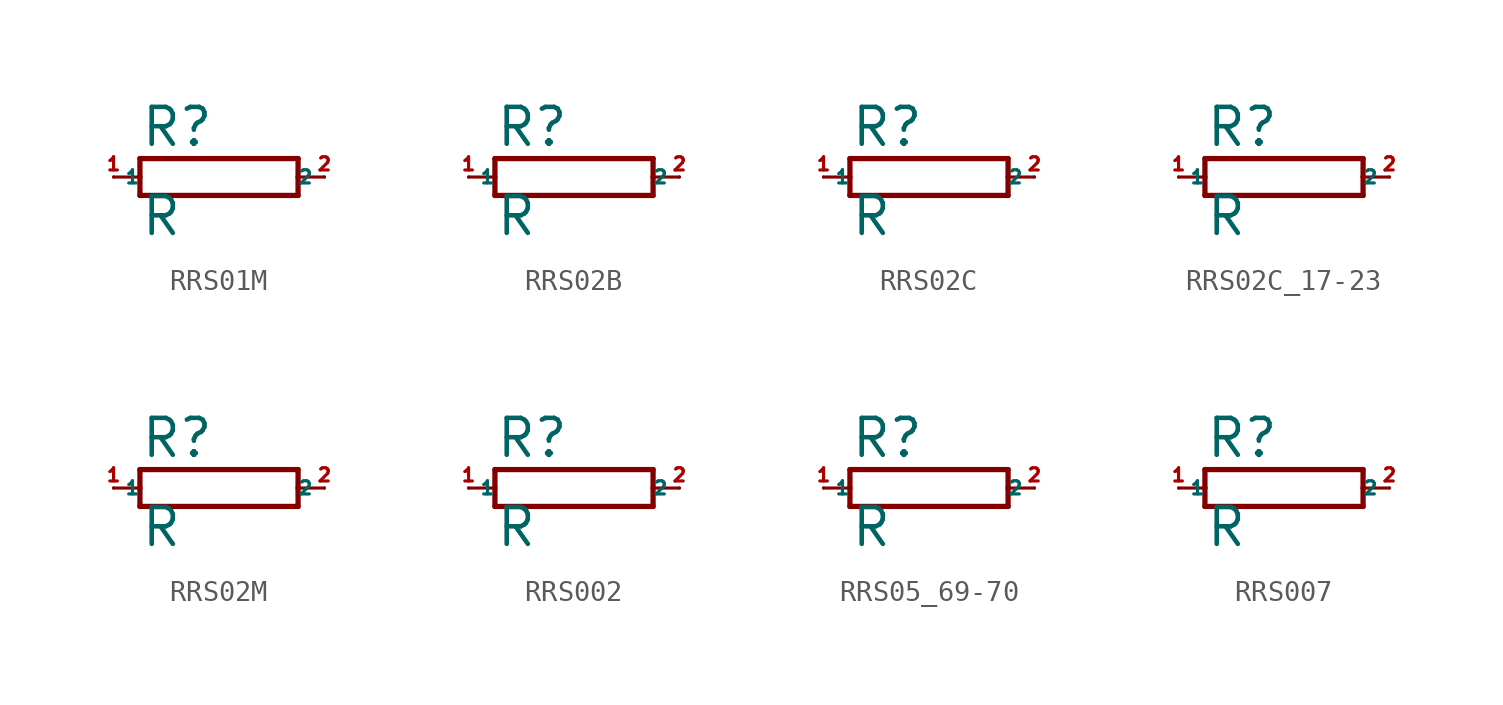
<source format=kicad_sym>
(kicad_symbol_lib
  (version 20220914)
  (generator Eagle2Kicad)
  (symbol "RRS01M"
    (property "Reference" "R"
      (at -3.81 1.372 0)
      (effects (font (size 1.778 1.778) (thickness 0.22)) (justify left bottom)))
    (property "Value" "R"
      (at -3.81 -2.921 0)
      (effects (font (size 1.778 1.778) (thickness 0.22)) (justify left bottom)))
    (polyline
      (pts (xy -3.81 -0.889) (xy 3.81 -0.889))
      (stroke (width 0.254) (type default))
      (fill (type none)))
    (polyline
      (pts (xy 3.81 -0.889) (xy 3.81 0))
      (stroke (width 0.254) (type default))
      (fill (type none)))
    (polyline
      (pts (xy 3.81 0.889) (xy -3.81 0.889))
      (stroke (width 0.254) (type default))
      (fill (type none)))
    (polyline
      (pts (xy -3.81 -0.889) (xy -3.81 0))
      (stroke (width 0.254) (type default))
      (fill (type none)))
    (polyline
      (pts (xy 3.81 0) (xy 5.08 0))
      (stroke (width 0.152) (type default))
      (fill (type none)))
    (polyline
      (pts (xy 3.81 0) (xy 3.81 0.889))
      (stroke (width 0.254) (type default))
      (fill (type none)))
    (polyline
      (pts (xy -5.08 0) (xy -3.81 0))
      (stroke (width 0.152) (type default))
      (fill (type none)))
    (polyline
      (pts (xy -3.81 0) (xy -3.81 0.889))
      (stroke (width 0.254) (type default))
      (fill (type none)))
    (pin passive line
      (at 5.08 0 180)
      (length 0)
      (name "2" (effects (font (size 0.635 0.635) (thickness 0.08)) (justify left bottom)))
      (number "2" (effects (font (size 0.635 0.635) (thickness 0.08)) (justify left bottom))))
    (pin passive line
      (at -5.08 0 0)
      (length 0)
      (name "1" (effects (font (size 0.635 0.635) (thickness 0.08)) (justify left bottom)))
      (number "1" (effects (font (size 0.635 0.635) (thickness 0.08)) (justify left bottom)))))
  (symbol "RRS02B"
    (property "Reference" "R"
      (at -3.81 1.372 0)
      (effects (font (size 1.778 1.778) (thickness 0.22)) (justify left bottom)))
    (property "Value" "R"
      (at -3.81 -2.921 0)
      (effects (font (size 1.778 1.778) (thickness 0.22)) (justify left bottom)))
    (polyline
      (pts (xy -3.81 -0.889) (xy 3.81 -0.889))
      (stroke (width 0.254) (type default))
      (fill (type none)))
    (polyline
      (pts (xy 3.81 -0.889) (xy 3.81 0))
      (stroke (width 0.254) (type default))
      (fill (type none)))
    (polyline
      (pts (xy 3.81 0.889) (xy -3.81 0.889))
      (stroke (width 0.254) (type default))
      (fill (type none)))
    (polyline
      (pts (xy -3.81 -0.889) (xy -3.81 0))
      (stroke (width 0.254) (type default))
      (fill (type none)))
    (polyline
      (pts (xy 3.81 0) (xy 5.08 0))
      (stroke (width 0.152) (type default))
      (fill (type none)))
    (polyline
      (pts (xy 3.81 0) (xy 3.81 0.889))
      (stroke (width 0.254) (type default))
      (fill (type none)))
    (polyline
      (pts (xy -5.08 0) (xy -3.81 0))
      (stroke (width 0.152) (type default))
      (fill (type none)))
    (polyline
      (pts (xy -3.81 0) (xy -3.81 0.889))
      (stroke (width 0.254) (type default))
      (fill (type none)))
    (pin passive line
      (at 5.08 0 180)
      (length 0)
      (name "2" (effects (font (size 0.635 0.635) (thickness 0.08)) (justify left bottom)))
      (number "2" (effects (font (size 0.635 0.635) (thickness 0.08)) (justify left bottom))))
    (pin passive line
      (at -5.08 0 0)
      (length 0)
      (name "1" (effects (font (size 0.635 0.635) (thickness 0.08)) (justify left bottom)))
      (number "1" (effects (font (size 0.635 0.635) (thickness 0.08)) (justify left bottom)))))
  (symbol "RRS02C"
    (property "Reference" "R"
      (at -3.81 1.372 0)
      (effects (font (size 1.778 1.778) (thickness 0.22)) (justify left bottom)))
    (property "Value" "R"
      (at -3.81 -2.921 0)
      (effects (font (size 1.778 1.778) (thickness 0.22)) (justify left bottom)))
    (polyline
      (pts (xy -3.81 -0.889) (xy 3.81 -0.889))
      (stroke (width 0.254) (type default))
      (fill (type none)))
    (polyline
      (pts (xy 3.81 -0.889) (xy 3.81 0))
      (stroke (width 0.254) (type default))
      (fill (type none)))
    (polyline
      (pts (xy 3.81 0.889) (xy -3.81 0.889))
      (stroke (width 0.254) (type default))
      (fill (type none)))
    (polyline
      (pts (xy -3.81 -0.889) (xy -3.81 0))
      (stroke (width 0.254) (type default))
      (fill (type none)))
    (polyline
      (pts (xy 3.81 0) (xy 5.08 0))
      (stroke (width 0.152) (type default))
      (fill (type none)))
    (polyline
      (pts (xy 3.81 0) (xy 3.81 0.889))
      (stroke (width 0.254) (type default))
      (fill (type none)))
    (polyline
      (pts (xy -5.08 0) (xy -3.81 0))
      (stroke (width 0.152) (type default))
      (fill (type none)))
    (polyline
      (pts (xy -3.81 0) (xy -3.81 0.889))
      (stroke (width 0.254) (type default))
      (fill (type none)))
    (pin passive line
      (at 5.08 0 180)
      (length 0)
      (name "2" (effects (font (size 0.635 0.635) (thickness 0.08)) (justify left bottom)))
      (number "2" (effects (font (size 0.635 0.635) (thickness 0.08)) (justify left bottom))))
    (pin passive line
      (at -5.08 0 0)
      (length 0)
      (name "1" (effects (font (size 0.635 0.635) (thickness 0.08)) (justify left bottom)))
      (number "1" (effects (font (size 0.635 0.635) (thickness 0.08)) (justify left bottom)))))
  (symbol "RRS02C_17-23"
    (property "Reference" "R"
      (at -3.81 1.372 0)
      (effects (font (size 1.778 1.778) (thickness 0.22)) (justify left bottom)))
    (property "Value" "R"
      (at -3.81 -2.921 0)
      (effects (font (size 1.778 1.778) (thickness 0.22)) (justify left bottom)))
    (polyline
      (pts (xy -3.81 -0.889) (xy 3.81 -0.889))
      (stroke (width 0.254) (type default))
      (fill (type none)))
    (polyline
      (pts (xy 3.81 -0.889) (xy 3.81 0))
      (stroke (width 0.254) (type default))
      (fill (type none)))
    (polyline
      (pts (xy 3.81 0.889) (xy -3.81 0.889))
      (stroke (width 0.254) (type default))
      (fill (type none)))
    (polyline
      (pts (xy -3.81 -0.889) (xy -3.81 0))
      (stroke (width 0.254) (type default))
      (fill (type none)))
    (polyline
      (pts (xy 3.81 0) (xy 5.08 0))
      (stroke (width 0.152) (type default))
      (fill (type none)))
    (polyline
      (pts (xy 3.81 0) (xy 3.81 0.889))
      (stroke (width 0.254) (type default))
      (fill (type none)))
    (polyline
      (pts (xy -5.08 0) (xy -3.81 0))
      (stroke (width 0.152) (type default))
      (fill (type none)))
    (polyline
      (pts (xy -3.81 0) (xy -3.81 0.889))
      (stroke (width 0.254) (type default))
      (fill (type none)))
    (pin passive line
      (at 5.08 0 180)
      (length 0)
      (name "2" (effects (font (size 0.635 0.635) (thickness 0.08)) (justify left bottom)))
      (number "2" (effects (font (size 0.635 0.635) (thickness 0.08)) (justify left bottom))))
    (pin passive line
      (at -5.08 0 0)
      (length 0)
      (name "1" (effects (font (size 0.635 0.635) (thickness 0.08)) (justify left bottom)))
      (number "1" (effects (font (size 0.635 0.635) (thickness 0.08)) (justify left bottom)))))
  (symbol "RRS02M"
    (property "Reference" "R"
      (at -3.81 1.372 0)
      (effects (font (size 1.778 1.778) (thickness 0.22)) (justify left bottom)))
    (property "Value" "R"
      (at -3.81 -2.921 0)
      (effects (font (size 1.778 1.778) (thickness 0.22)) (justify left bottom)))
    (polyline
      (pts (xy -3.81 -0.889) (xy 3.81 -0.889))
      (stroke (width 0.254) (type default))
      (fill (type none)))
    (polyline
      (pts (xy 3.81 -0.889) (xy 3.81 0))
      (stroke (width 0.254) (type default))
      (fill (type none)))
    (polyline
      (pts (xy 3.81 0.889) (xy -3.81 0.889))
      (stroke (width 0.254) (type default))
      (fill (type none)))
    (polyline
      (pts (xy -3.81 -0.889) (xy -3.81 0))
      (stroke (width 0.254) (type default))
      (fill (type none)))
    (polyline
      (pts (xy 3.81 0) (xy 5.08 0))
      (stroke (width 0.152) (type default))
      (fill (type none)))
    (polyline
      (pts (xy 3.81 0) (xy 3.81 0.889))
      (stroke (width 0.254) (type default))
      (fill (type none)))
    (polyline
      (pts (xy -5.08 0) (xy -3.81 0))
      (stroke (width 0.152) (type default))
      (fill (type none)))
    (polyline
      (pts (xy -3.81 0) (xy -3.81 0.889))
      (stroke (width 0.254) (type default))
      (fill (type none)))
    (pin passive line
      (at 5.08 0 180)
      (length 0)
      (name "2" (effects (font (size 0.635 0.635) (thickness 0.08)) (justify left bottom)))
      (number "2" (effects (font (size 0.635 0.635) (thickness 0.08)) (justify left bottom))))
    (pin passive line
      (at -5.08 0 0)
      (length 0)
      (name "1" (effects (font (size 0.635 0.635) (thickness 0.08)) (justify left bottom)))
      (number "1" (effects (font (size 0.635 0.635) (thickness 0.08)) (justify left bottom)))))
  (symbol "RRS002"
    (property "Reference" "R"
      (at -3.81 1.372 0)
      (effects (font (size 1.778 1.778) (thickness 0.22)) (justify left bottom)))
    (property "Value" "R"
      (at -3.81 -2.921 0)
      (effects (font (size 1.778 1.778) (thickness 0.22)) (justify left bottom)))
    (polyline
      (pts (xy -3.81 -0.889) (xy 3.81 -0.889))
      (stroke (width 0.254) (type default))
      (fill (type none)))
    (polyline
      (pts (xy 3.81 -0.889) (xy 3.81 0))
      (stroke (width 0.254) (type default))
      (fill (type none)))
    (polyline
      (pts (xy 3.81 0.889) (xy -3.81 0.889))
      (stroke (width 0.254) (type default))
      (fill (type none)))
    (polyline
      (pts (xy -3.81 -0.889) (xy -3.81 0))
      (stroke (width 0.254) (type default))
      (fill (type none)))
    (polyline
      (pts (xy 3.81 0) (xy 5.08 0))
      (stroke (width 0.152) (type default))
      (fill (type none)))
    (polyline
      (pts (xy 3.81 0) (xy 3.81 0.889))
      (stroke (width 0.254) (type default))
      (fill (type none)))
    (polyline
      (pts (xy -5.08 0) (xy -3.81 0))
      (stroke (width 0.152) (type default))
      (fill (type none)))
    (polyline
      (pts (xy -3.81 0) (xy -3.81 0.889))
      (stroke (width 0.254) (type default))
      (fill (type none)))
    (pin passive line
      (at 5.08 0 180)
      (length 0)
      (name "2" (effects (font (size 0.635 0.635) (thickness 0.08)) (justify left bottom)))
      (number "2" (effects (font (size 0.635 0.635) (thickness 0.08)) (justify left bottom))))
    (pin passive line
      (at -5.08 0 0)
      (length 0)
      (name "1" (effects (font (size 0.635 0.635) (thickness 0.08)) (justify left bottom)))
      (number "1" (effects (font (size 0.635 0.635) (thickness 0.08)) (justify left bottom)))))
  (symbol "RRS05_69-70"
    (property "Reference" "R"
      (at -3.81 1.372 0)
      (effects (font (size 1.778 1.778) (thickness 0.22)) (justify left bottom)))
    (property "Value" "R"
      (at -3.81 -2.921 0)
      (effects (font (size 1.778 1.778) (thickness 0.22)) (justify left bottom)))
    (polyline
      (pts (xy -3.81 -0.889) (xy 3.81 -0.889))
      (stroke (width 0.254) (type default))
      (fill (type none)))
    (polyline
      (pts (xy 3.81 -0.889) (xy 3.81 0))
      (stroke (width 0.254) (type default))
      (fill (type none)))
    (polyline
      (pts (xy 3.81 0.889) (xy -3.81 0.889))
      (stroke (width 0.254) (type default))
      (fill (type none)))
    (polyline
      (pts (xy -3.81 -0.889) (xy -3.81 0))
      (stroke (width 0.254) (type default))
      (fill (type none)))
    (polyline
      (pts (xy 3.81 0) (xy 5.08 0))
      (stroke (width 0.152) (type default))
      (fill (type none)))
    (polyline
      (pts (xy 3.81 0) (xy 3.81 0.889))
      (stroke (width 0.254) (type default))
      (fill (type none)))
    (polyline
      (pts (xy -5.08 0) (xy -3.81 0))
      (stroke (width 0.152) (type default))
      (fill (type none)))
    (polyline
      (pts (xy -3.81 0) (xy -3.81 0.889))
      (stroke (width 0.254) (type default))
      (fill (type none)))
    (pin passive line
      (at 5.08 0 180)
      (length 0)
      (name "2" (effects (font (size 0.635 0.635) (thickness 0.08)) (justify left bottom)))
      (number "2" (effects (font (size 0.635 0.635) (thickness 0.08)) (justify left bottom))))
    (pin passive line
      (at -5.08 0 0)
      (length 0)
      (name "1" (effects (font (size 0.635 0.635) (thickness 0.08)) (justify left bottom)))
      (number "1" (effects (font (size 0.635 0.635) (thickness 0.08)) (justify left bottom)))))
  (symbol "RRS007"
    (property "Reference" "R"
      (at -3.81 1.372 0)
      (effects (font (size 1.778 1.778) (thickness 0.22)) (justify left bottom)))
    (property "Value" "R"
      (at -3.81 -2.921 0)
      (effects (font (size 1.778 1.778) (thickness 0.22)) (justify left bottom)))
    (polyline
      (pts (xy -3.81 -0.889) (xy 3.81 -0.889))
      (stroke (width 0.254) (type default))
      (fill (type none)))
    (polyline
      (pts (xy 3.81 -0.889) (xy 3.81 0))
      (stroke (width 0.254) (type default))
      (fill (type none)))
    (polyline
      (pts (xy 3.81 0.889) (xy -3.81 0.889))
      (stroke (width 0.254) (type default))
      (fill (type none)))
    (polyline
      (pts (xy -3.81 -0.889) (xy -3.81 0))
      (stroke (width 0.254) (type default))
      (fill (type none)))
    (polyline
      (pts (xy 3.81 0) (xy 5.08 0))
      (stroke (width 0.152) (type default))
      (fill (type none)))
    (polyline
      (pts (xy 3.81 0) (xy 3.81 0.889))
      (stroke (width 0.254) (type default))
      (fill (type none)))
    (polyline
      (pts (xy -5.08 0) (xy -3.81 0))
      (stroke (width 0.152) (type default))
      (fill (type none)))
    (polyline
      (pts (xy -3.81 0) (xy -3.81 0.889))
      (stroke (width 0.254) (type default))
      (fill (type none)))
    (pin passive line
      (at 5.08 0 180)
      (length 0)
      (name "2" (effects (font (size 0.635 0.635) (thickness 0.08)) (justify left bottom)))
      (number "2" (effects (font (size 0.635 0.635) (thickness 0.08)) (justify left bottom))))
    (pin passive line
      (at -5.08 0 0)
      (length 0)
      (name "1" (effects (font (size 0.635 0.635) (thickness 0.08)) (justify left bottom)))
      (number "1" (effects (font (size 0.635 0.635) (thickness 0.08)) (justify left bottom))))))
</source>
